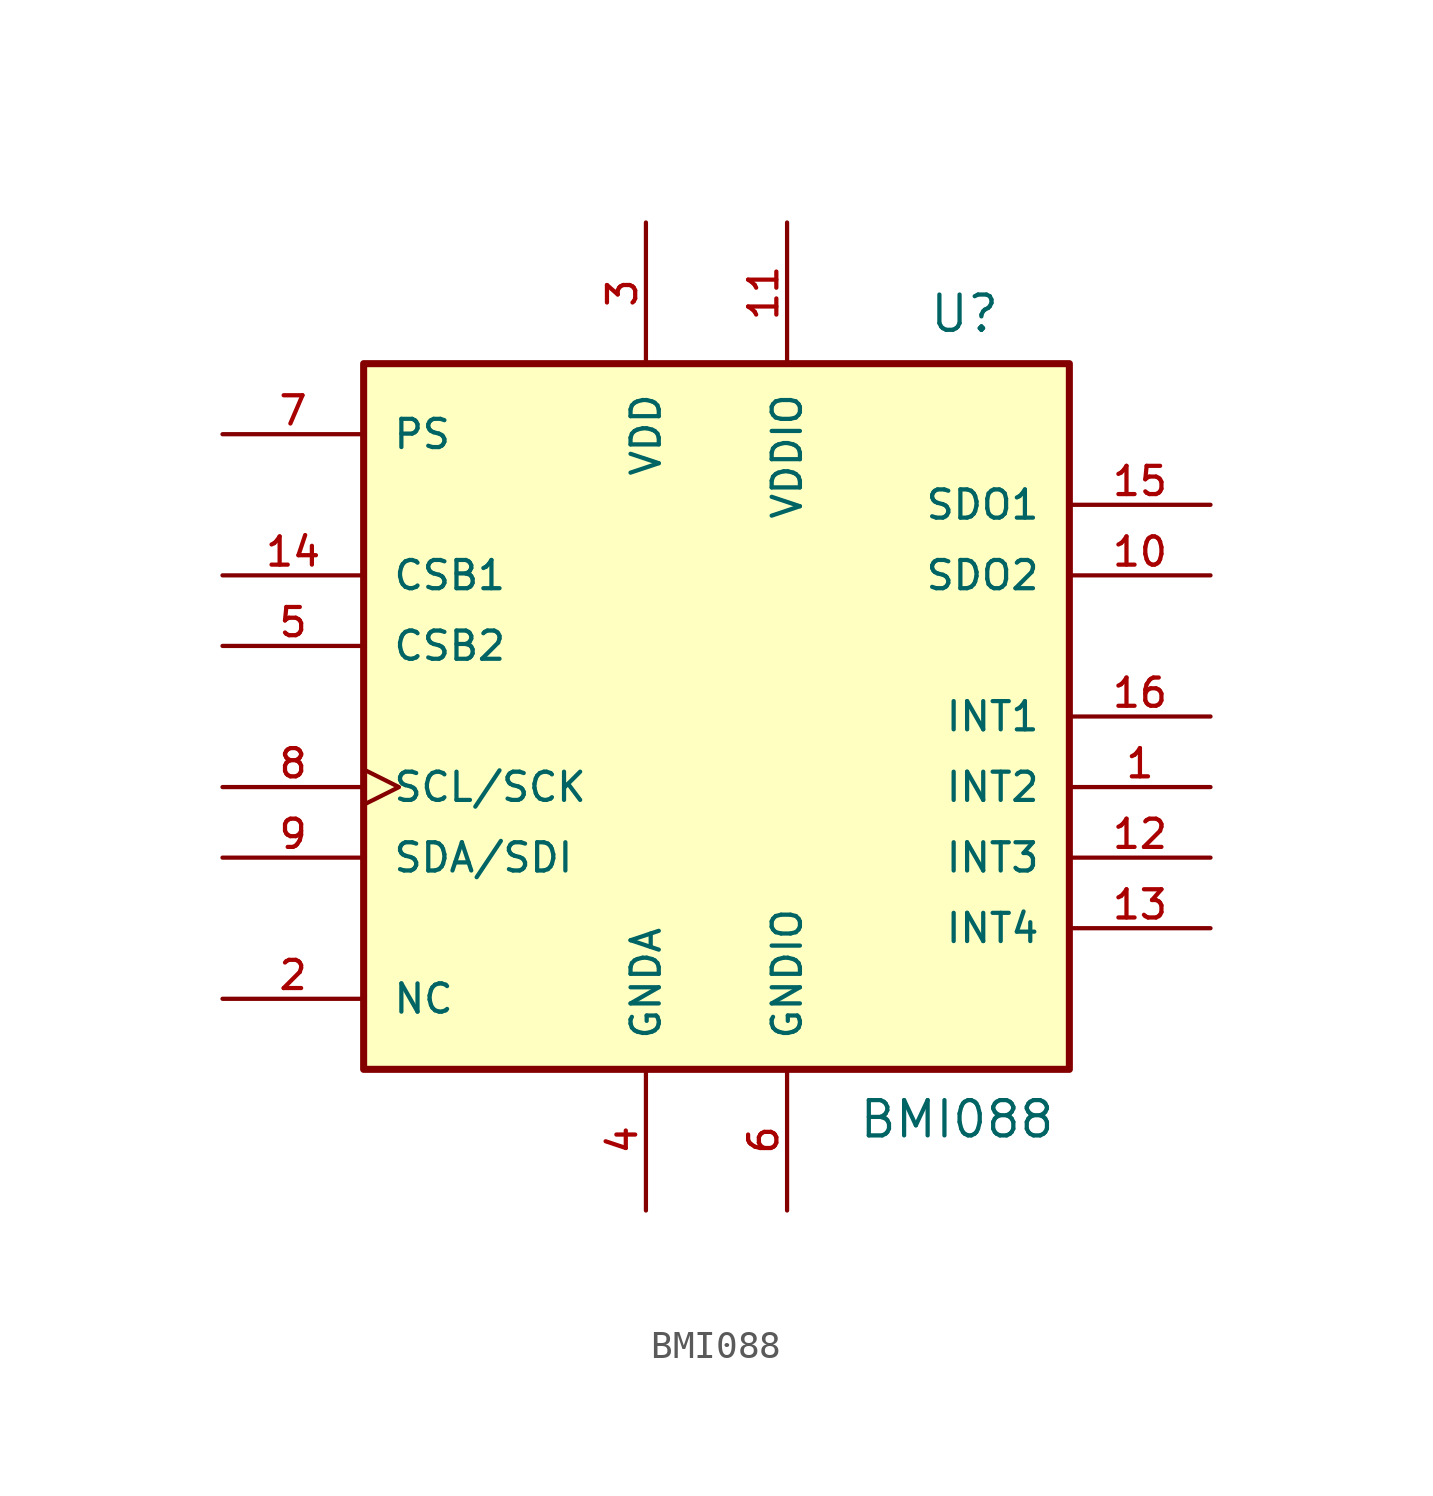
<source format=kicad_sym>
(kicad_symbol_lib
  (version 20231120)
  (generator "kicad_symbol_editor")
  (generator_version "8.0")
  (symbol "BMI088"
    (pin_names
      (offset 1.016))
    (property "Reference" "U"
      (at 7.62 15.24 0)
      (effects (font (size 1.27 1.27)) (justify left top)))
    (property "Value" "BMI088"
      (at 5.08 -15.24 0)
      (effects (font (size 1.27 1.27)) (justify left bottom)))
    (symbol "BMI088_0_0"
      (rectangle (start -12.7 12.7) (end 12.7 -12.7) (stroke (width 0.254) (type default)) (fill (type background)))
      (pin bidirectional line (at 17.78 -2.54 180) (length 5.08) (name "INT2" (effects (font (size 1.016 1.016)))) (number "1" (effects (font (size 1.016 1.016)))))
      (pin output line (at 17.78 5.08 180) (length 5.08) (name "SDO2" (effects (font (size 1.016 1.016)))) (number "10" (effects (font (size 1.016 1.016)))))
      (pin power_in line (at 2.54 17.78 270) (length 5.08) (name "VDDIO" (effects (font (size 1.016 1.016)))) (number "11" (effects (font (size 1.016 1.016)))))
      (pin bidirectional line (at 17.78 -5.08 180) (length 5.08) (name "INT3" (effects (font (size 1.016 1.016)))) (number "12" (effects (font (size 1.016 1.016)))))
      (pin bidirectional line (at 17.78 -7.62 180) (length 5.08) (name "INT4" (effects (font (size 1.016 1.016)))) (number "13" (effects (font (size 1.016 1.016)))))
      (pin input line (at -17.78 5.08 0) (length 5.08) (name "CSB1" (effects (font (size 1.016 1.016)))) (number "14" (effects (font (size 1.016 1.016)))))
      (pin output line (at 17.78 7.62 180) (length 5.08) (name "SDO1" (effects (font (size 1.016 1.016)))) (number "15" (effects (font (size 1.016 1.016)))))
      (pin bidirectional line (at 17.78 0 180) (length 5.08) (name "INT1" (effects (font (size 1.016 1.016)))) (number "16" (effects (font (size 1.016 1.016)))))
      (pin passive line (at -17.78 -10.16 0) (length 5.08) (name "NC" (effects (font (size 1.016 1.016)))) (number "2" (effects (font (size 1.016 1.016)))))
      (pin power_in line (at -2.54 17.78 270) (length 5.08) (name "VDD" (effects (font (size 1.016 1.016)))) (number "3" (effects (font (size 1.016 1.016)))))
      (pin power_in line (at -2.54 -17.78 90) (length 5.08) (name "GNDA" (effects (font (size 1.016 1.016)))) (number "4" (effects (font (size 1.016 1.016)))))
      (pin input line (at -17.78 2.54 0) (length 5.08) (name "CSB2" (effects (font (size 1.016 1.016)))) (number "5" (effects (font (size 1.016 1.016)))))
      (pin power_in line (at 2.54 -17.78 90) (length 5.08) (name "GNDIO" (effects (font (size 1.016 1.016)))) (number "6" (effects (font (size 1.016 1.016)))))
      (pin input line (at -17.78 10.16 0) (length 5.08) (name "PS" (effects (font (size 1.016 1.016)))) (number "7" (effects (font (size 1.016 1.016)))))
      (pin input clock (at -17.78 -2.54 0) (length 5.08) (name "SCL/SCK" (effects (font (size 1.016 1.016)))) (number "8" (effects (font (size 1.016 1.016)))))
      (pin bidirectional line (at -17.78 -5.08 0) (length 5.08) (name "SDA/SDI" (effects (font (size 1.016 1.016)))) (number "9" (effects (font (size 1.016 1.016))))))))
</source>
